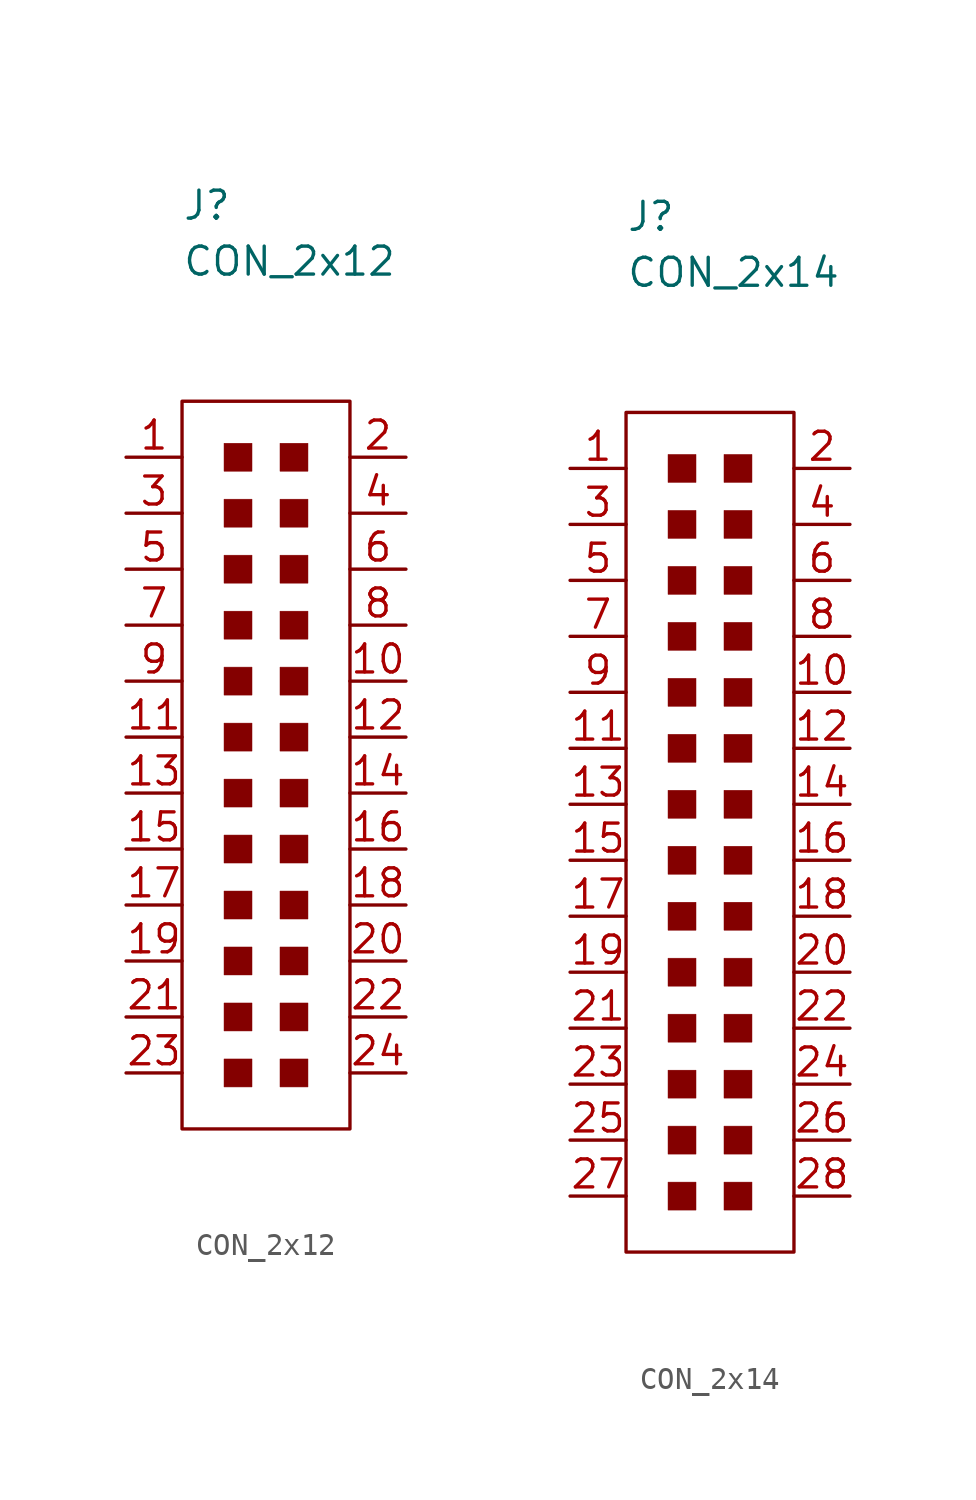
<source format=kicad_sym>
(kicad_symbol_lib
  (version 20211014)
  (generator kicad_symbol_editor)
  (symbol "CON_2x12"
    (pin_names
      (offset 1.016))
    (property "Reference" "J"
      (at -5.08 24.13 0)
      (effects (font (size 1.27 1.27)) (justify left)))
    (property "Value" "CON_2x12"
      (at -5.08 21.59 0)
      (effects (font (size 1.27 1.27)) (justify left)))
    (symbol "CON_2x12_0_1"
      (rectangle (start -5.08 15.24) (end 2.54 -17.78) (stroke (width 0.152) (type default) (color 0 0 0 0)) (fill (type none)))
      (rectangle (start -3.175 -14.605) (end -1.905 -15.875) (stroke (width 0.001) (type default) (color 0 0 0 0)) (fill (type outline)))
      (rectangle (start -3.175 -12.065) (end -1.905 -13.335) (stroke (width 0.001) (type default) (color 0 0 0 0)) (fill (type outline)))
      (rectangle (start -3.175 -9.525) (end -1.905 -10.795) (stroke (width 0.001) (type default) (color 0 0 0 0)) (fill (type outline)))
      (rectangle (start -3.175 -6.985) (end -1.905 -8.255) (stroke (width 0.001) (type default) (color 0 0 0 0)) (fill (type outline)))
      (rectangle (start -3.175 -4.445) (end -1.905 -5.715) (stroke (width 0.001) (type default) (color 0 0 0 0)) (fill (type outline)))
      (rectangle (start -3.175 -1.905) (end -1.905 -3.175) (stroke (width 0.001) (type default) (color 0 0 0 0)) (fill (type outline)))
      (rectangle (start -3.175 0.635) (end -1.905 -0.635) (stroke (width 0.001) (type default) (color 0 0 0 0)) (fill (type outline)))
      (rectangle (start -3.175 3.175) (end -1.905 1.905) (stroke (width 0.001) (type default) (color 0 0 0 0)) (fill (type outline)))
      (rectangle (start -3.175 5.715) (end -1.905 4.445) (stroke (width 0.001) (type default) (color 0 0 0 0)) (fill (type outline)))
      (rectangle (start -3.175 8.255) (end -1.905 6.985) (stroke (width 0.001) (type default) (color 0 0 0 0)) (fill (type outline)))
      (rectangle (start -3.175 10.795) (end -1.905 9.525) (stroke (width 0.001) (type default) (color 0 0 0 0)) (fill (type outline)))
      (rectangle (start -3.175 13.335) (end -1.905 12.065) (stroke (width 0.001) (type default) (color 0 0 0 0)) (fill (type outline)))
      (rectangle (start -0.635 -14.605) (end 0.635 -15.875) (stroke (width 0.001) (type default) (color 0 0 0 0)) (fill (type outline)))
      (rectangle (start -0.635 -12.065) (end 0.635 -13.335) (stroke (width 0.001) (type default) (color 0 0 0 0)) (fill (type outline)))
      (rectangle (start -0.635 -9.525) (end 0.635 -10.795) (stroke (width 0.001) (type default) (color 0 0 0 0)) (fill (type outline)))
      (rectangle (start -0.635 -6.985) (end 0.635 -8.255) (stroke (width 0.001) (type default) (color 0 0 0 0)) (fill (type outline)))
      (rectangle (start -0.635 -4.445) (end 0.635 -5.715) (stroke (width 0.001) (type default) (color 0 0 0 0)) (fill (type outline)))
      (rectangle (start -0.635 -1.905) (end 0.635 -3.175) (stroke (width 0.001) (type default) (color 0 0 0 0)) (fill (type outline)))
      (rectangle (start -0.635 0.635) (end 0.635 -0.635) (stroke (width 0.001) (type default) (color 0 0 0 0)) (fill (type outline)))
      (rectangle (start -0.635 3.175) (end 0.635 1.905) (stroke (width 0.001) (type default) (color 0 0 0 0)) (fill (type outline)))
      (rectangle (start -0.635 5.715) (end 0.635 4.445) (stroke (width 0.001) (type default) (color 0 0 0 0)) (fill (type outline)))
      (rectangle (start -0.635 8.255) (end 0.635 6.985) (stroke (width 0.001) (type default) (color 0 0 0 0)) (fill (type outline)))
      (rectangle (start -0.635 10.795) (end 0.635 9.525) (stroke (width 0.001) (type default) (color 0 0 0 0)) (fill (type outline)))
      (rectangle (start -0.635 13.335) (end 0.635 12.065) (stroke (width 0.001) (type default) (color 0 0 0 0)) (fill (type outline))))
    (symbol "CON_2x12_1_1"
      (pin passive line (at -7.62 12.7 0) (length 2.54) (name "~" (effects (font (size 1.27 1.27)))) (number "1" (effects (font (size 1.27 1.27)))))
      (pin passive line (at 5.08 2.54 180) (length 2.54) (name "~" (effects (font (size 1.27 1.27)))) (number "10" (effects (font (size 1.27 1.27)))))
      (pin passive line (at -7.62 0 0) (length 2.54) (name "~" (effects (font (size 1.27 1.27)))) (number "11" (effects (font (size 1.27 1.27)))))
      (pin passive line (at 5.08 0 180) (length 2.54) (name "~" (effects (font (size 1.27 1.27)))) (number "12" (effects (font (size 1.27 1.27)))))
      (pin passive line (at -7.62 -2.54 0) (length 2.54) (name "~" (effects (font (size 1.27 1.27)))) (number "13" (effects (font (size 1.27 1.27)))))
      (pin passive line (at 5.08 -2.54 180) (length 2.54) (name "~" (effects (font (size 1.27 1.27)))) (number "14" (effects (font (size 1.27 1.27)))))
      (pin passive line (at -7.62 -5.08 0) (length 2.54) (name "~" (effects (font (size 1.27 1.27)))) (number "15" (effects (font (size 1.27 1.27)))))
      (pin passive line (at 5.08 -5.08 180) (length 2.54) (name "~" (effects (font (size 1.27 1.27)))) (number "16" (effects (font (size 1.27 1.27)))))
      (pin passive line (at -7.62 -7.62 0) (length 2.54) (name "~" (effects (font (size 1.27 1.27)))) (number "17" (effects (font (size 1.27 1.27)))))
      (pin passive line (at 5.08 -7.62 180) (length 2.54) (name "~" (effects (font (size 1.27 1.27)))) (number "18" (effects (font (size 1.27 1.27)))))
      (pin passive line (at -7.62 -10.16 0) (length 2.54) (name "~" (effects (font (size 1.27 1.27)))) (number "19" (effects (font (size 1.27 1.27)))))
      (pin passive line (at 5.08 12.7 180) (length 2.54) (name "~" (effects (font (size 1.27 1.27)))) (number "2" (effects (font (size 1.27 1.27)))))
      (pin passive line (at 5.08 -10.16 180) (length 2.54) (name "~" (effects (font (size 1.27 1.27)))) (number "20" (effects (font (size 1.27 1.27)))))
      (pin passive line (at -7.62 -12.7 0) (length 2.54) (name "~" (effects (font (size 1.27 1.27)))) (number "21" (effects (font (size 1.27 1.27)))))
      (pin passive line (at 5.08 -12.7 180) (length 2.54) (name "~" (effects (font (size 1.27 1.27)))) (number "22" (effects (font (size 1.27 1.27)))))
      (pin passive line (at -7.62 -15.24 0) (length 2.54) (name "~" (effects (font (size 1.27 1.27)))) (number "23" (effects (font (size 1.27 1.27)))))
      (pin passive line (at 5.08 -15.24 180) (length 2.54) (name "~" (effects (font (size 1.27 1.27)))) (number "24" (effects (font (size 1.27 1.27)))))
      (pin passive line (at -7.62 10.16 0) (length 2.54) (name "~" (effects (font (size 1.27 1.27)))) (number "3" (effects (font (size 1.27 1.27)))))
      (pin passive line (at 5.08 10.16 180) (length 2.54) (name "~" (effects (font (size 1.27 1.27)))) (number "4" (effects (font (size 1.27 1.27)))))
      (pin passive line (at -7.62 7.62 0) (length 2.54) (name "~" (effects (font (size 1.27 1.27)))) (number "5" (effects (font (size 1.27 1.27)))))
      (pin passive line (at 5.08 7.62 180) (length 2.54) (name "~" (effects (font (size 1.27 1.27)))) (number "6" (effects (font (size 1.27 1.27)))))
      (pin passive line (at -7.62 5.08 0) (length 2.54) (name "~" (effects (font (size 1.27 1.27)))) (number "7" (effects (font (size 1.27 1.27)))))
      (pin passive line (at 5.08 5.08 180) (length 2.54) (name "~" (effects (font (size 1.27 1.27)))) (number "8" (effects (font (size 1.27 1.27)))))
      (pin passive line (at -7.62 2.54 0) (length 2.54) (name "~" (effects (font (size 1.27 1.27)))) (number "9" (effects (font (size 1.27 1.27)))))))
  (symbol "CON_2x14"
    (pin_names
      (offset 1.016))
    (property "Reference" "J"
      (at -5.08 24.13 0)
      (effects (font (size 1.27 1.27)) (justify left)))
    (property "Value" "CON_2x14"
      (at -5.08 21.59 0)
      (effects (font (size 1.27 1.27)) (justify left)))
    (symbol "CON_2x14_0_1"
      (rectangle (start -5.08 15.24) (end 2.54 -22.86) (stroke (width 0.152) (type default) (color 0 0 0 0)) (fill (type none)))
      (rectangle (start -3.175 -19.685) (end -1.905 -20.955) (stroke (width 0.001) (type default) (color 0 0 0 0)) (fill (type outline)))
      (rectangle (start -3.175 -17.145) (end -1.905 -18.415) (stroke (width 0.001) (type default) (color 0 0 0 0)) (fill (type outline)))
      (rectangle (start -3.175 -14.605) (end -1.905 -15.875) (stroke (width 0.001) (type default) (color 0 0 0 0)) (fill (type outline)))
      (rectangle (start -3.175 -12.065) (end -1.905 -13.335) (stroke (width 0.001) (type default) (color 0 0 0 0)) (fill (type outline)))
      (rectangle (start -3.175 -9.525) (end -1.905 -10.795) (stroke (width 0.001) (type default) (color 0 0 0 0)) (fill (type outline)))
      (rectangle (start -3.175 -6.985) (end -1.905 -8.255) (stroke (width 0.001) (type default) (color 0 0 0 0)) (fill (type outline)))
      (rectangle (start -3.175 -4.445) (end -1.905 -5.715) (stroke (width 0.001) (type default) (color 0 0 0 0)) (fill (type outline)))
      (rectangle (start -3.175 -1.905) (end -1.905 -3.175) (stroke (width 0.001) (type default) (color 0 0 0 0)) (fill (type outline)))
      (rectangle (start -3.175 0.635) (end -1.905 -0.635) (stroke (width 0.001) (type default) (color 0 0 0 0)) (fill (type outline)))
      (rectangle (start -3.175 3.175) (end -1.905 1.905) (stroke (width 0.001) (type default) (color 0 0 0 0)) (fill (type outline)))
      (rectangle (start -3.175 5.715) (end -1.905 4.445) (stroke (width 0.001) (type default) (color 0 0 0 0)) (fill (type outline)))
      (rectangle (start -3.175 8.255) (end -1.905 6.985) (stroke (width 0.001) (type default) (color 0 0 0 0)) (fill (type outline)))
      (rectangle (start -3.175 10.795) (end -1.905 9.525) (stroke (width 0.001) (type default) (color 0 0 0 0)) (fill (type outline)))
      (rectangle (start -3.175 13.335) (end -1.905 12.065) (stroke (width 0.001) (type default) (color 0 0 0 0)) (fill (type outline)))
      (rectangle (start -0.635 -19.685) (end 0.635 -20.955) (stroke (width 0.001) (type default) (color 0 0 0 0)) (fill (type outline)))
      (rectangle (start -0.635 -17.145) (end 0.635 -18.415) (stroke (width 0.001) (type default) (color 0 0 0 0)) (fill (type outline)))
      (rectangle (start -0.635 -14.605) (end 0.635 -15.875) (stroke (width 0.001) (type default) (color 0 0 0 0)) (fill (type outline)))
      (rectangle (start -0.635 -12.065) (end 0.635 -13.335) (stroke (width 0.001) (type default) (color 0 0 0 0)) (fill (type outline)))
      (rectangle (start -0.635 -9.525) (end 0.635 -10.795) (stroke (width 0.001) (type default) (color 0 0 0 0)) (fill (type outline)))
      (rectangle (start -0.635 -6.985) (end 0.635 -8.255) (stroke (width 0.001) (type default) (color 0 0 0 0)) (fill (type outline)))
      (rectangle (start -0.635 -4.445) (end 0.635 -5.715) (stroke (width 0.001) (type default) (color 0 0 0 0)) (fill (type outline)))
      (rectangle (start -0.635 -1.905) (end 0.635 -3.175) (stroke (width 0.001) (type default) (color 0 0 0 0)) (fill (type outline)))
      (rectangle (start -0.635 0.635) (end 0.635 -0.635) (stroke (width 0.001) (type default) (color 0 0 0 0)) (fill (type outline)))
      (rectangle (start -0.635 3.175) (end 0.635 1.905) (stroke (width 0.001) (type default) (color 0 0 0 0)) (fill (type outline)))
      (rectangle (start -0.635 5.715) (end 0.635 4.445) (stroke (width 0.001) (type default) (color 0 0 0 0)) (fill (type outline)))
      (rectangle (start -0.635 8.255) (end 0.635 6.985) (stroke (width 0.001) (type default) (color 0 0 0 0)) (fill (type outline)))
      (rectangle (start -0.635 10.795) (end 0.635 9.525) (stroke (width 0.001) (type default) (color 0 0 0 0)) (fill (type outline)))
      (rectangle (start -0.635 13.335) (end 0.635 12.065) (stroke (width 0.001) (type default) (color 0 0 0 0)) (fill (type outline))))
    (symbol "CON_2x14_1_1"
      (pin passive line (at -7.62 12.7 0) (length 2.54) (name "~" (effects (font (size 1.27 1.27)))) (number "1" (effects (font (size 1.27 1.27)))))
      (pin passive line (at 5.08 2.54 180) (length 2.54) (name "~" (effects (font (size 1.27 1.27)))) (number "10" (effects (font (size 1.27 1.27)))))
      (pin passive line (at -7.62 0 0) (length 2.54) (name "~" (effects (font (size 1.27 1.27)))) (number "11" (effects (font (size 1.27 1.27)))))
      (pin passive line (at 5.08 0 180) (length 2.54) (name "~" (effects (font (size 1.27 1.27)))) (number "12" (effects (font (size 1.27 1.27)))))
      (pin passive line (at -7.62 -2.54 0) (length 2.54) (name "~" (effects (font (size 1.27 1.27)))) (number "13" (effects (font (size 1.27 1.27)))))
      (pin passive line (at 5.08 -2.54 180) (length 2.54) (name "~" (effects (font (size 1.27 1.27)))) (number "14" (effects (font (size 1.27 1.27)))))
      (pin passive line (at -7.62 -5.08 0) (length 2.54) (name "~" (effects (font (size 1.27 1.27)))) (number "15" (effects (font (size 1.27 1.27)))))
      (pin passive line (at 5.08 -5.08 180) (length 2.54) (name "~" (effects (font (size 1.27 1.27)))) (number "16" (effects (font (size 1.27 1.27)))))
      (pin passive line (at -7.62 -7.62 0) (length 2.54) (name "~" (effects (font (size 1.27 1.27)))) (number "17" (effects (font (size 1.27 1.27)))))
      (pin passive line (at 5.08 -7.62 180) (length 2.54) (name "~" (effects (font (size 1.27 1.27)))) (number "18" (effects (font (size 1.27 1.27)))))
      (pin passive line (at -7.62 -10.16 0) (length 2.54) (name "~" (effects (font (size 1.27 1.27)))) (number "19" (effects (font (size 1.27 1.27)))))
      (pin passive line (at 5.08 12.7 180) (length 2.54) (name "~" (effects (font (size 1.27 1.27)))) (number "2" (effects (font (size 1.27 1.27)))))
      (pin passive line (at 5.08 -10.16 180) (length 2.54) (name "~" (effects (font (size 1.27 1.27)))) (number "20" (effects (font (size 1.27 1.27)))))
      (pin passive line (at -7.62 -12.7 0) (length 2.54) (name "~" (effects (font (size 1.27 1.27)))) (number "21" (effects (font (size 1.27 1.27)))))
      (pin passive line (at 5.08 -12.7 180) (length 2.54) (name "~" (effects (font (size 1.27 1.27)))) (number "22" (effects (font (size 1.27 1.27)))))
      (pin passive line (at -7.62 -15.24 0) (length 2.54) (name "~" (effects (font (size 1.27 1.27)))) (number "23" (effects (font (size 1.27 1.27)))))
      (pin passive line (at 5.08 -15.24 180) (length 2.54) (name "~" (effects (font (size 1.27 1.27)))) (number "24" (effects (font (size 1.27 1.27)))))
      (pin passive line (at -7.62 -17.78 0) (length 2.54) (name "~" (effects (font (size 1.27 1.27)))) (number "25" (effects (font (size 1.27 1.27)))))
      (pin passive line (at 5.08 -17.78 180) (length 2.54) (name "~" (effects (font (size 1.27 1.27)))) (number "26" (effects (font (size 1.27 1.27)))))
      (pin passive line (at -7.62 -20.32 0) (length 2.54) (name "~" (effects (font (size 1.27 1.27)))) (number "27" (effects (font (size 1.27 1.27)))))
      (pin passive line (at 5.08 -20.32 180) (length 2.54) (name "~" (effects (font (size 1.27 1.27)))) (number "28" (effects (font (size 1.27 1.27)))))
      (pin passive line (at -7.62 10.16 0) (length 2.54) (name "~" (effects (font (size 1.27 1.27)))) (number "3" (effects (font (size 1.27 1.27)))))
      (pin passive line (at 5.08 10.16 180) (length 2.54) (name "~" (effects (font (size 1.27 1.27)))) (number "4" (effects (font (size 1.27 1.27)))))
      (pin passive line (at -7.62 7.62 0) (length 2.54) (name "~" (effects (font (size 1.27 1.27)))) (number "5" (effects (font (size 1.27 1.27)))))
      (pin passive line (at 5.08 7.62 180) (length 2.54) (name "~" (effects (font (size 1.27 1.27)))) (number "6" (effects (font (size 1.27 1.27)))))
      (pin passive line (at -7.62 5.08 0) (length 2.54) (name "~" (effects (font (size 1.27 1.27)))) (number "7" (effects (font (size 1.27 1.27)))))
      (pin passive line (at 5.08 5.08 180) (length 2.54) (name "~" (effects (font (size 1.27 1.27)))) (number "8" (effects (font (size 1.27 1.27)))))
      (pin passive line (at -7.62 2.54 0) (length 2.54) (name "~" (effects (font (size 1.27 1.27)))) (number "9" (effects (font (size 1.27 1.27))))))))
</source>
